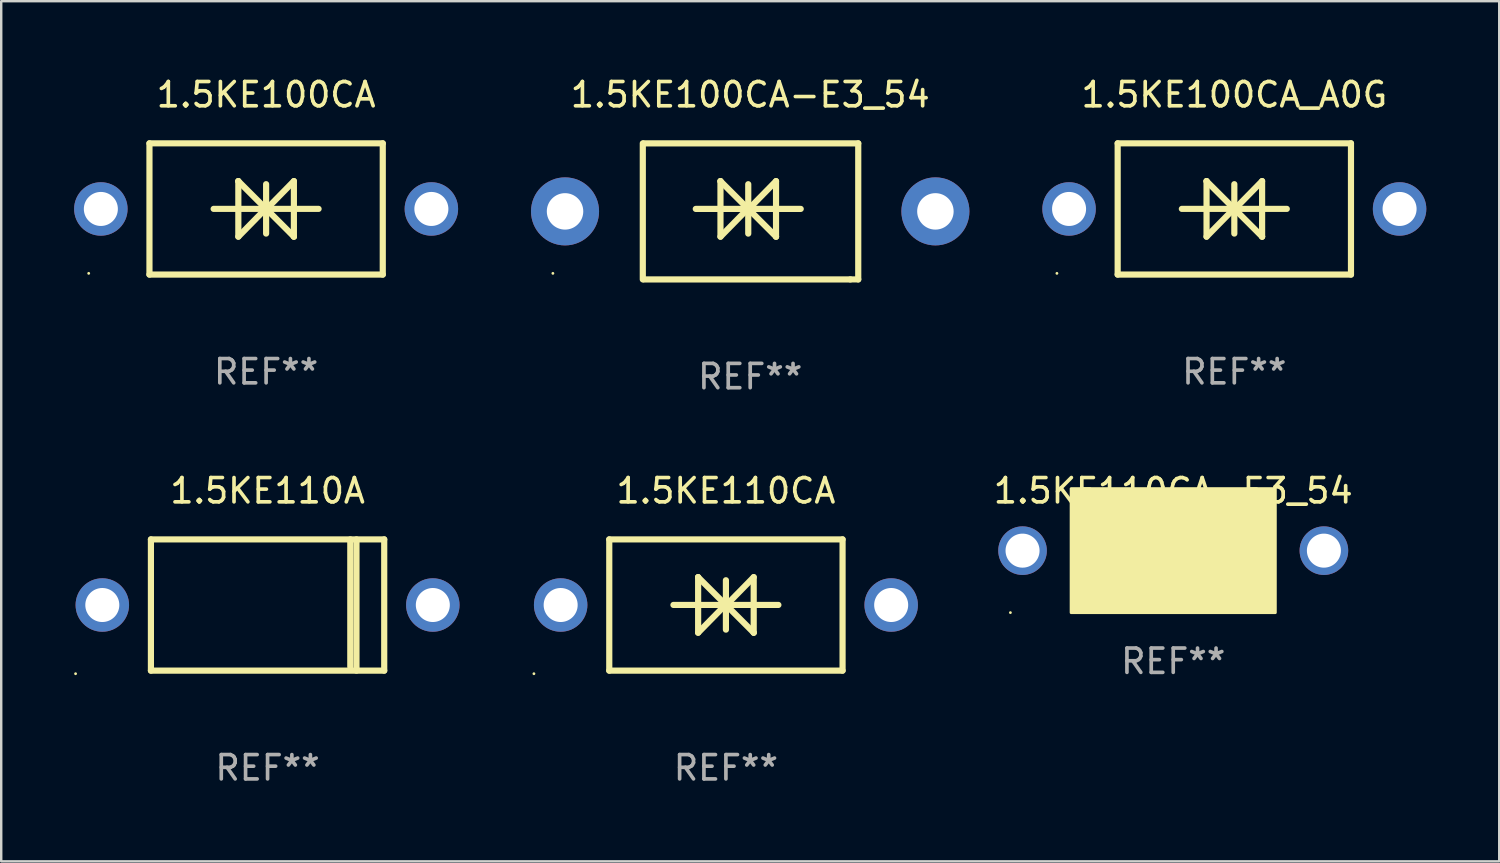
<source format=kicad_pcb>
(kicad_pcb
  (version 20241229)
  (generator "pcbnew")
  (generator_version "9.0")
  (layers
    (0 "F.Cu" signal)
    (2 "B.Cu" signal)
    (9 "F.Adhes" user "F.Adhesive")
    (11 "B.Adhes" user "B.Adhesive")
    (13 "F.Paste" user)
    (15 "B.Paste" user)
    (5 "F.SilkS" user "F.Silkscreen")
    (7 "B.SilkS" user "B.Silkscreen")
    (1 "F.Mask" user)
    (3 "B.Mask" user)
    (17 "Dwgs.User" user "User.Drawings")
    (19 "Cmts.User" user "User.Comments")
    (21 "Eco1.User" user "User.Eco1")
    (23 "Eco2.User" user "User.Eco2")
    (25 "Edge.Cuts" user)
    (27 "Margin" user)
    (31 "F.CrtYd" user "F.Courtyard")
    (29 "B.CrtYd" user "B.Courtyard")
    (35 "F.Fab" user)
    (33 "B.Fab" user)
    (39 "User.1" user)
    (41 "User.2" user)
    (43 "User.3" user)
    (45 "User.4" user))
  (footprint "1.5KE110A"
    (layer "F.Cu")
    (at 7.96 21.845)
    (property "Reference" "1.5KE110A" (at 0 -4.7 0) (layer "F.SilkS") (effects (font (size 1 1) (thickness 0.15))))
    (attr through_hole)
    (fp_line (start -4.8 -2.7) (end -4.8 2.7) (stroke (width 0.254) (type solid)) (layer "F.SilkS"))
    (fp_line (start -4.8 -2.7) (end 4.8 -2.7) (stroke (width 0.254) (type solid)) (layer "F.SilkS"))
    (fp_line (start 3.404 -2.7) (end 3.404 2.54) (stroke (width 0.254) (type solid)) (layer "F.SilkS"))
    (fp_line (start 3.658 -2.7) (end 3.658 2.7) (stroke (width 0.254) (type solid)) (layer "F.SilkS"))
    (fp_line (start 4.8 -2.7) (end 4.8 2.7) (stroke (width 0.254) (type solid)) (layer "F.SilkS"))
    (fp_line (start 4.8 2.7) (end -4.8 2.7) (stroke (width 0.254) (type solid)) (layer "F.SilkS"))
    (fp_circle (center -7.9 2.827) (end -7.87 2.827) (stroke (width 0.06) (type solid)) (fill no) (layer "F.SilkS"))
    (fp_text user "REF**" (at 0 6.7 0) (layer "F.Fab") (effects (font (size 1 1) (thickness 0.15))))
    (pad "1" thru_hole circle (at -6.8 0) (size 2.2 2.2) (drill 1.4) (layers "*.Cu" "*.Mask"))
    (pad "2" thru_hole circle (at 6.8 0) (size 2.2 2.2) (drill 1.4) (layers "*.Cu" "*.Mask")))
  (footprint "1.5KE100CA-E3_54"
    (layer "F.Cu")
    (at 27.82 5.648)
    (property "Reference" "1.5KE100CA-E3_54" (at 0 -4.8 0) (layer "F.SilkS") (effects (font (size 1 1) (thickness 0.15))))
    (attr through_hole)
    (fp_line (start -4.42 2.8) (end -4.42 -2.8) (stroke (width 0.254) (type solid)) (layer "F.SilkS"))
    (fp_line (start -4.379 -2.799) (end 4.445 -2.799) (stroke (width 0.254) (type solid)) (layer "F.SilkS"))
    (fp_line (start -2.24 -0.102) (end 2.078 -0.102) (stroke (width 0.254) (type solid)) (layer "F.SilkS"))
    (fp_line (start -1.224 -1.245) (end -1.224 1.041) (stroke (width 0.254) (type solid)) (layer "F.SilkS"))
    (fp_line (start -1.224 -1.242) (end -1.224 -1.245) (stroke (width 0.254) (type solid)) (layer "F.SilkS"))
    (fp_line (start -0.081 -1.118) (end -0.081 0.914) (stroke (width 0.254) (type solid)) (layer "F.SilkS"))
    (fp_line (start -0.081 -0.125) (end -1.224 1.041) (stroke (width 0.254) (type solid)) (layer "F.SilkS"))
    (fp_line (start -0.081 -0.105) (end 1.062 1.038) (stroke (width 0.254) (type solid)) (layer "F.SilkS"))
    (fp_line (start -0.081 -0.099) (end -1.224 -1.242) (stroke (width 0.254) (type solid)) (layer "F.SilkS"))
    (fp_line (start -0.081 -0.079) (end 1.062 -1.245) (stroke (width 0.254) (type solid)) (layer "F.SilkS"))
    (fp_line (start 1.062 1.038) (end 1.062 1.041) (stroke (width 0.254) (type solid)) (layer "F.SilkS"))
    (fp_line (start 1.062 1.041) (end 1.062 -1.245) (stroke (width 0.254) (type solid)) (layer "F.SilkS"))
    (fp_line (start 4.12 2.8) (end -4.38 2.8) (stroke (width 0.254) (type solid)) (layer "F.SilkS"))
    (fp_line (start 4.445 -2.799) (end 4.445 2.799) (stroke (width 0.254) (type solid)) (layer "F.SilkS"))
    (fp_line (start 4.445 2.799) (end 4.12 2.799) (stroke (width 0.254) (type solid)) (layer "F.SilkS"))
    (fp_circle (center -8.12 2.55) (end -8.09 2.55) (stroke (width 0.06) (type solid)) (fill no) (layer "F.SilkS"))
    (fp_text user "REF**" (at 0 6.8 0) (layer "F.Fab") (effects (font (size 1 1) (thickness 0.15))))
    (pad "1" thru_hole circle (at -7.62 0) (size 2.8 2.8) (drill 1.5) (layers "*.Cu" "*.Mask"))
    (pad "2" thru_hole circle (at 7.62 0) (size 2.8 2.8) (drill 1.5) (layers "*.Cu" "*.Mask")))
  (footprint "1.5KE100CA_A0G"
    (layer "F.Cu")
    (at 47.74 5.548)
    (property "Reference" "1.5KE100CA_A0G" (at 0 -4.7 0) (layer "F.SilkS") (effects (font (size 1 1) (thickness 0.15))))
    (attr through_hole)
    (fp_line (start -4.8 -2.7) (end -4.8 2.7) (stroke (width 0.254) (type solid)) (layer "F.SilkS"))
    (fp_line (start -4.8 -2.7) (end 4.8 -2.7) (stroke (width 0.254) (type solid)) (layer "F.SilkS"))
    (fp_line (start -2.159 -0.003) (end 2.159 -0.003) (stroke (width 0.254) (type solid)) (layer "F.SilkS"))
    (fp_line (start -1.143 -1.146) (end -1.143 1.14) (stroke (width 0.254) (type solid)) (layer "F.SilkS"))
    (fp_line (start -1.143 -1.143) (end -1.143 -1.146) (stroke (width 0.254) (type solid)) (layer "F.SilkS"))
    (fp_line (start 0 -1.019) (end 0 1.013) (stroke (width 0.254) (type solid)) (layer "F.SilkS"))
    (fp_line (start 0 -0.026) (end -1.143 1.14) (stroke (width 0.254) (type solid)) (layer "F.SilkS"))
    (fp_line (start 0 -0.006) (end 1.143 1.137) (stroke (width 0.254) (type solid)) (layer "F.SilkS"))
    (fp_line (start 0 0) (end -1.143 -1.143) (stroke (width 0.254) (type solid)) (layer "F.SilkS"))
    (fp_line (start 0 0.02) (end 1.143 -1.146) (stroke (width 0.254) (type solid)) (layer "F.SilkS"))
    (fp_line (start 1.143 1.137) (end 1.143 1.14) (stroke (width 0.254) (type solid)) (layer "F.SilkS"))
    (fp_line (start 1.143 1.14) (end 1.143 -1.146) (stroke (width 0.254) (type solid)) (layer "F.SilkS"))
    (fp_line (start 4.8 -2.7) (end 4.8 2.7) (stroke (width 0.254) (type solid)) (layer "F.SilkS"))
    (fp_line (start 4.8 2.7) (end -4.8 2.7) (stroke (width 0.254) (type solid)) (layer "F.SilkS"))
    (fp_circle (center -7.3 2.65) (end -7.27 2.65) (stroke (width 0.06) (type solid)) (fill no) (layer "F.SilkS"))
    (fp_text user "REF**" (at 0 6.7 0) (layer "F.Fab") (effects (font (size 1 1) (thickness 0.15))))
    (pad "1" thru_hole circle (at -6.8 0) (size 2.2 2.2) (drill 1.4) (layers "*.Cu" "*.Mask"))
    (pad "2" thru_hole circle (at 6.8 0) (size 2.2 2.2) (drill 1.4) (layers "*.Cu" "*.Mask")))
  (footprint "1.5KE110CA-E3_54"
    (layer "F.Cu")
    (at 45.226 19.653)
    (property "Reference" "1.5KE110CA-E3_54" (at 0 -2.508 0) (layer "F.SilkS") (effects (font (size 1 1) (thickness 0.15))))
    (attr through_hole)
    (fp_line (start -1.498 0) (end 0.534 0) (stroke (width 0.254) (type solid)) (layer "F.SilkS"))
    (fp_line (start -0.99 -0.508) (end -0.99 0.508) (stroke (width 0.254) (type solid)) (layer "F.SilkS"))
    (fp_line (start -0.99 0.508) (end 0.026 0) (stroke (width 0.254) (type solid)) (layer "F.SilkS"))
    (fp_line (start 0.026 -0.508) (end 0.026 0.508) (stroke (width 0.254) (type solid)) (layer "F.SilkS"))
    (fp_line (start 0.026 0) (end -0.99 -0.508) (stroke (width 0.254) (type solid)) (layer "F.SilkS"))
    (fp_line (start 0.026 0) (end 0.026 -0.508) (stroke (width 0.254) (type solid)) (layer "F.SilkS"))
    (fp_line (start 0.038 0) (end 0.038 0.508) (stroke (width 0.254) (type solid)) (layer "F.SilkS"))
    (fp_line (start 0.038 0) (end 1.054 0.508) (stroke (width 0.254) (type solid)) (layer "F.SilkS"))
    (fp_line (start 0.038 0.508) (end 0.038 -0.508) (stroke (width 0.254) (type solid)) (layer "F.SilkS"))
    (fp_line (start 1.054 -0.508) (end 0.038 0) (stroke (width 0.254) (type solid)) (layer "F.SilkS"))
    (fp_line (start 1.054 0.508) (end 1.054 -0.508) (stroke (width 0.254) (type solid)) (layer "F.SilkS"))
    (fp_line (start 1.562 0) (end -0.47 0) (stroke (width 0.254) (type solid)) (layer "F.SilkS"))
    (fp_circle (center -6.7 2.505) (end -6.67 2.505) (stroke (width 0.06) (type solid)) (fill no) (layer "F.SilkS"))
    (fp_poly (pts (xy -4.2 -2.595) (xy 4.2 -2.595) (xy 4.2 2.505) (xy -4.2 2.505)) (stroke (width 0.12) (type solid)) (fill yes) (layer "F.SilkS"))
    (fp_text user "REF**" (at 0 4.508 0) (layer "F.Fab") (effects (font (size 1 1) (thickness 0.15))))
    (pad "1" thru_hole circle (at -6.2 -0.045) (size 2 2) (drill 1.4) (layers "*.Cu" "*.Mask"))
    (pad "2" thru_hole circle (at 6.2 -0.045) (size 2 2) (drill 1.4) (layers "*.Cu" "*.Mask")))
  (footprint "1.5KE100CA"
    (layer "F.Cu")
    (at 7.9 5.548)
    (property "Reference" "1.5KE100CA" (at 0 -4.7 0) (layer "F.SilkS") (effects (font (size 1 1) (thickness 0.15))))
    (attr through_hole)
    (fp_line (start -4.8 -2.7) (end -4.8 2.7) (stroke (width 0.254) (type solid)) (layer "F.SilkS"))
    (fp_line (start -4.8 -2.7) (end 4.8 -2.7) (stroke (width 0.254) (type solid)) (layer "F.SilkS"))
    (fp_line (start -2.159 -0.003) (end 2.159 -0.003) (stroke (width 0.254) (type solid)) (layer "F.SilkS"))
    (fp_line (start -1.143 -1.146) (end -1.143 1.14) (stroke (width 0.254) (type solid)) (layer "F.SilkS"))
    (fp_line (start -1.143 -1.143) (end -1.143 -1.146) (stroke (width 0.254) (type solid)) (layer "F.SilkS"))
    (fp_line (start 0 -1.019) (end 0 1.013) (stroke (width 0.254) (type solid)) (layer "F.SilkS"))
    (fp_line (start 0 -0.026) (end -1.143 1.14) (stroke (width 0.254) (type solid)) (layer "F.SilkS"))
    (fp_line (start 0 -0.006) (end 1.143 1.137) (stroke (width 0.254) (type solid)) (layer "F.SilkS"))
    (fp_line (start 0 0) (end -1.143 -1.143) (stroke (width 0.254) (type solid)) (layer "F.SilkS"))
    (fp_line (start 0 0.02) (end 1.143 -1.146) (stroke (width 0.254) (type solid)) (layer "F.SilkS"))
    (fp_line (start 1.143 1.137) (end 1.143 1.14) (stroke (width 0.254) (type solid)) (layer "F.SilkS"))
    (fp_line (start 1.143 1.14) (end 1.143 -1.146) (stroke (width 0.254) (type solid)) (layer "F.SilkS"))
    (fp_line (start 4.8 -2.7) (end 4.8 2.7) (stroke (width 0.254) (type solid)) (layer "F.SilkS"))
    (fp_line (start 4.8 2.7) (end -4.8 2.7) (stroke (width 0.254) (type solid)) (layer "F.SilkS"))
    (fp_circle (center -7.3 2.65) (end -7.27 2.65) (stroke (width 0.06) (type solid)) (fill no) (layer "F.SilkS"))
    (fp_text user "REF**" (at 0 6.7 0) (layer "F.Fab") (effects (font (size 1 1) (thickness 0.15))))
    (pad "1" thru_hole circle (at -6.8 0) (size 2.2 2.2) (drill 1.4) (layers "*.Cu" "*.Mask"))
    (pad "2" thru_hole circle (at 6.8 0) (size 2.2 2.2) (drill 1.4) (layers "*.Cu" "*.Mask")))
  (footprint "1.5KE110CA"
    (layer "F.Cu")
    (at 26.82 21.845)
    (property "Reference" "1.5KE110CA" (at 0 -4.7 0) (layer "F.SilkS") (effects (font (size 1 1) (thickness 0.15))))
    (attr through_hole)
    (fp_line (start -4.8 -2.7) (end -4.8 2.7) (stroke (width 0.254) (type solid)) (layer "F.SilkS"))
    (fp_line (start -4.8 -2.7) (end 4.8 -2.7) (stroke (width 0.254) (type solid)) (layer "F.SilkS"))
    (fp_line (start -2.159 -0.003) (end 2.159 -0.003) (stroke (width 0.254) (type solid)) (layer "F.SilkS"))
    (fp_line (start -1.143 -1.146) (end -1.143 1.14) (stroke (width 0.254) (type solid)) (layer "F.SilkS"))
    (fp_line (start -1.143 -1.143) (end -1.143 -1.146) (stroke (width 0.254) (type solid)) (layer "F.SilkS"))
    (fp_line (start 0 -1.019) (end 0 1.013) (stroke (width 0.254) (type solid)) (layer "F.SilkS"))
    (fp_line (start 0 -0.026) (end -1.143 1.14) (stroke (width 0.254) (type solid)) (layer "F.SilkS"))
    (fp_line (start 0 -0.006) (end 1.143 1.137) (stroke (width 0.254) (type solid)) (layer "F.SilkS"))
    (fp_line (start 0 0) (end -1.143 -1.143) (stroke (width 0.254) (type solid)) (layer "F.SilkS"))
    (fp_line (start 0 0.02) (end 1.143 -1.146) (stroke (width 0.254) (type solid)) (layer "F.SilkS"))
    (fp_line (start 1.143 1.137) (end 1.143 1.14) (stroke (width 0.254) (type solid)) (layer "F.SilkS"))
    (fp_line (start 1.143 1.14) (end 1.143 -1.146) (stroke (width 0.254) (type solid)) (layer "F.SilkS"))
    (fp_line (start 4.8 -2.7) (end 4.8 2.7) (stroke (width 0.254) (type solid)) (layer "F.SilkS"))
    (fp_line (start 4.8 2.7) (end -4.8 2.7) (stroke (width 0.254) (type solid)) (layer "F.SilkS"))
    (fp_circle (center -7.9 2.827) (end -7.87 2.827) (stroke (width 0.06) (type solid)) (fill no) (layer "F.SilkS"))
    (fp_text user "REF**" (at 0 6.7 0) (layer "F.Fab") (effects (font (size 1 1) (thickness 0.15))))
    (pad "1" thru_hole circle (at -6.8 0) (size 2.2 2.2) (drill 1.4) (layers "*.Cu" "*.Mask"))
    (pad "2" thru_hole circle (at 6.8 0) (size 2.2 2.2) (drill 1.4) (layers "*.Cu" "*.Mask")))
  (gr_rect
    (start -3 -3)
    (end 58.64 32.393)
    (stroke (width 0.1) (type default))
    (fill no)
    (layer "Edge.Cuts")))
</source>
